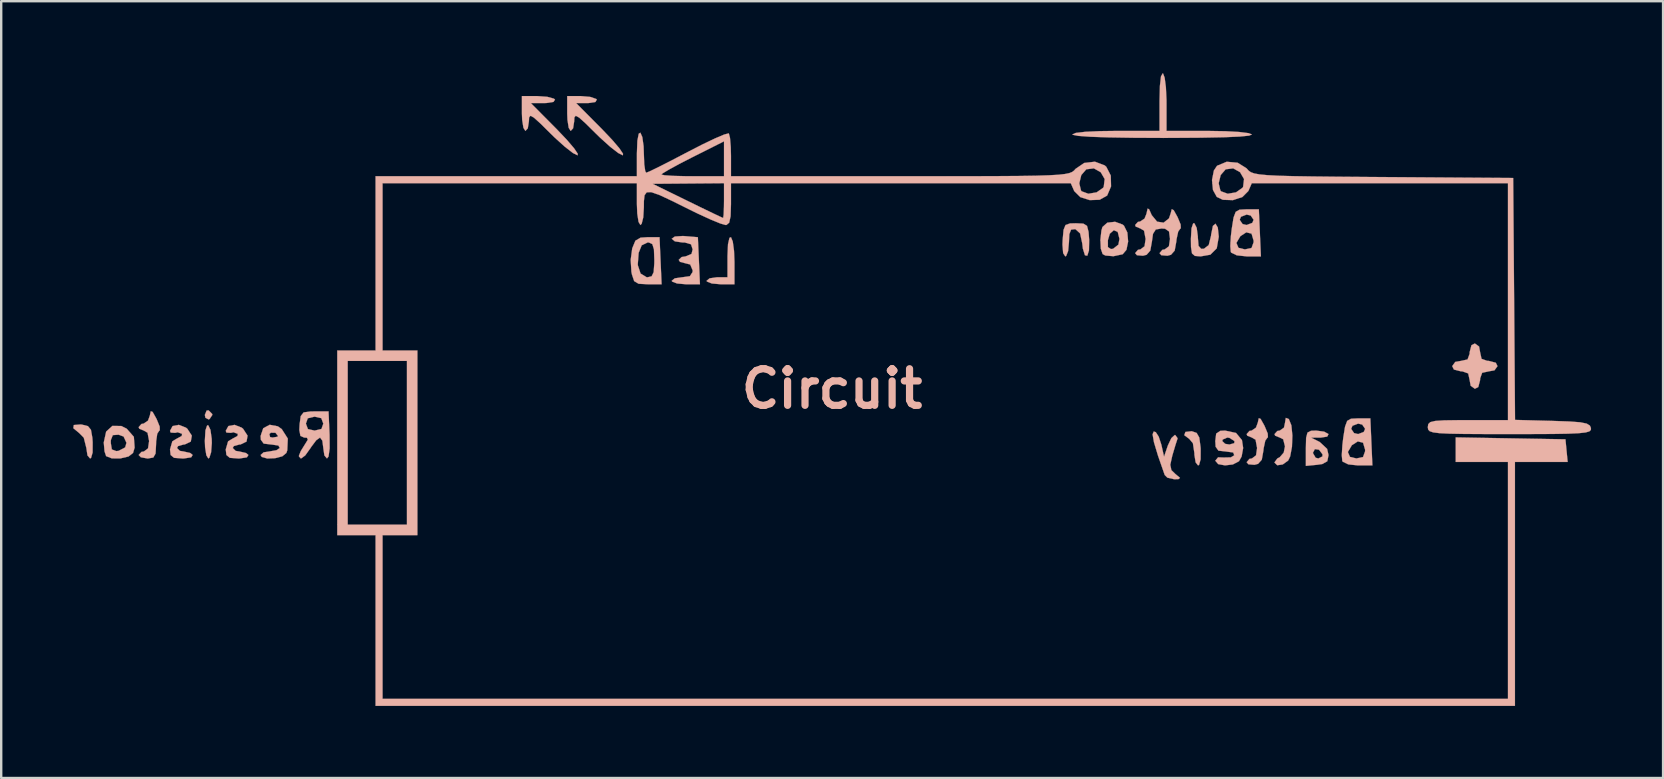
<source format=kicad_pcb>
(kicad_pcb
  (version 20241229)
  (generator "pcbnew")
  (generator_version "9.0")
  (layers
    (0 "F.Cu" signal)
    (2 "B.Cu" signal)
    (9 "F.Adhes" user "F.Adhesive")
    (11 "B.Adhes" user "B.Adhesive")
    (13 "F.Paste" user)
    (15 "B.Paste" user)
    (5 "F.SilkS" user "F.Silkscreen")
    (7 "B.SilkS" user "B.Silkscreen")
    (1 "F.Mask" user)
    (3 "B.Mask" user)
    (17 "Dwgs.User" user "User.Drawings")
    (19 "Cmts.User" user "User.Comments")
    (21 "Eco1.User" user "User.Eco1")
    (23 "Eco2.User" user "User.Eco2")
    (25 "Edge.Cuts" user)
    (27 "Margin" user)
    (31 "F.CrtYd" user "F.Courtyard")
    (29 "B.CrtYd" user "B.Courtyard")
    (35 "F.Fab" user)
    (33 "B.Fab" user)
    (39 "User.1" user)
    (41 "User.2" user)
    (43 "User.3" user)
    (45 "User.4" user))
  (footprint "Circuit"
    (layer "F.Cu")
    (at 31.609 13.145)
    (property "Reference" "Circuit" (at 0 0 0) (layer "B.SilkS") (effects (font (size 1.524 1.524) (thickness 0.3))))
    (attr through_hole)
    (fp_poly (pts (xy -25.82 1.049) (xy -25.814 1.089) (xy -25.927 1.259) (xy -25.97 1.278) (xy -26.102 1.208) (xy -26.126 1.089) (xy -26.052 0.908) (xy -25.97 0.899) (xy -25.82 1.049)) (stroke (width 0.01) (type solid)) (fill yes) (layer "B.SilkS"))
    (fp_poly (pts (xy -25.892 1.712) (xy -25.841 2.08) (xy -25.835 2.258) (xy -25.865 2.645) (xy -25.938 2.875) (xy -25.981 2.903) (xy -26.063 2.772) (xy -26.116 2.438) (xy -26.126 2.169) (xy -26.101 1.731) (xy -26.031 1.527) (xy -25.981 1.524) (xy -25.892 1.712)) (stroke (width 0.01) (type solid)) (fill yes) (layer "B.SilkS"))
    (fp_poly (pts (xy 15.19 1.839) (xy 15.299 2.031) (xy 15.351 2.422) (xy 15.357 2.504) (xy 15.355 2.939) (xy 15.29 3.171) (xy 15.248 3.193) (xy 15.147 3.065) (xy 15.096 2.751) (xy 15.095 2.681) (xy 15.033 2.269) (xy 14.877 2.084) (xy 14.674 1.933) (xy 14.721 1.798) (xy 14.986 1.768) (xy 15.19 1.839)) (stroke (width 0.01) (type solid)) (fill yes) (layer "B.SilkS"))
    (fp_poly (pts (xy -31.242 1.494) (xy -30.996 1.556) (xy -30.87 1.709) (xy -30.812 2.039) (xy -30.799 2.225) (xy -30.801 2.655) (xy -30.867 2.882) (xy -30.907 2.903) (xy -31.015 2.777) (xy -31.061 2.473) (xy -31.061 2.469) (xy -31.169 2.039) (xy -31.351 1.853) (xy -31.604 1.641) (xy -31.585 1.51) (xy -31.301 1.487) (xy -31.242 1.494)) (stroke (width 0.01) (type solid)) (fill yes) (layer "B.SilkS"))
    (fp_poly (pts (xy -4.134 -6.132) (xy -4.082 -5.748) (xy -4.064 -5.289) (xy -4.064 -4.354) (xy -4.645 -4.354) (xy -5.008 -4.386) (xy -5.21 -4.467) (xy -5.225 -4.499) (xy -5.099 -4.601) (xy -4.795 -4.645) (xy -4.79 -4.645) (xy -4.354 -4.645) (xy -4.354 -5.524) (xy -4.333 -6.024) (xy -4.272 -6.287) (xy -4.209 -6.314) (xy -4.134 -6.132)) (stroke (width 0.01) (type solid)) (fill yes) (layer "B.SilkS"))
    (fp_poly (pts (xy 15.192 -6.702) (xy 15.239 -6.348) (xy 15.24 -6.295) (xy 15.269 -5.951) (xy 15.381 -5.828) (xy 15.494 -5.833) (xy 15.692 -5.986) (xy 15.789 -6.376) (xy 15.793 -6.427) (xy 15.867 -6.785) (xy 15.974 -6.877) (xy 16.071 -6.716) (xy 16.111 -6.334) (xy 16.027 -5.851) (xy 15.761 -5.586) (xy 15.356 -5.515) (xy 15.116 -5.534) (xy 14.996 -5.637) (xy 14.954 -5.901) (xy 14.95 -6.25) (xy 14.975 -6.687) (xy 15.045 -6.891) (xy 15.095 -6.894) (xy 15.192 -6.702)) (stroke (width 0.01) (type solid)) (fill yes) (layer "B.SilkS"))
    (fp_poly (pts (xy 19.025 1.26) (xy 19.032 1.267) (xy 19.136 1.524) (xy 19.177 1.946) (xy 19.16 2.416) (xy 19.085 2.817) (xy 19.001 2.991) (xy 18.776 3.152) (xy 18.547 3.186) (xy 18.434 3.077) (xy 18.433 3.064) (xy 18.549 2.905) (xy 18.651 2.85) (xy 18.817 2.657) (xy 18.869 2.399) (xy 18.794 2.104) (xy 18.651 2.032) (xy 18.458 1.954) (xy 18.433 1.887) (xy 18.551 1.758) (xy 18.651 1.742) (xy 18.827 1.618) (xy 18.869 1.422) (xy 18.903 1.212) (xy 19.025 1.26)) (stroke (width 0.01) (type solid)) (fill yes) (layer "B.SilkS"))
    (fp_poly (pts (xy 10.467 -6.88) (xy 10.622 -6.786) (xy 10.687 -6.536) (xy 10.712 -6.205) (xy 10.704 -5.764) (xy 10.634 -5.543) (xy 10.537 -5.561) (xy 10.45 -5.836) (xy 10.423 -6.059) (xy 10.334 -6.472) (xy 10.144 -6.645) (xy 10.124 -6.65) (xy 9.959 -6.629) (xy 9.885 -6.441) (xy 9.87 -6.107) (xy 9.836 -5.739) (xy 9.753 -5.532) (xy 9.717 -5.515) (xy 9.628 -5.649) (xy 9.6 -6.009) (xy 9.608 -6.205) (xy 9.645 -6.62) (xy 9.727 -6.822) (xy 9.915 -6.888) (xy 10.16 -6.894) (xy 10.467 -6.88)) (stroke (width 0.01) (type solid)) (fill yes) (layer "B.SilkS"))
    (fp_poly (pts (xy 13.487 1.807) (xy 13.609 1.995) (xy 13.721 2.336) (xy 13.726 2.36) (xy 13.831 2.83) (xy 13.991 2.361) (xy 14.136 2.055) (xy 14.28 1.924) (xy 14.297 1.925) (xy 14.395 2.059) (xy 14.384 2.105) (xy 14.31 2.33) (xy 14.199 2.704) (xy 14.173 2.793) (xy 14.091 3.167) (xy 14.137 3.388) (xy 14.303 3.55) (xy 14.495 3.71) (xy 14.439 3.762) (xy 14.256 3.769) (xy 13.97 3.703) (xy 13.859 3.592) (xy 13.579 2.787) (xy 13.411 2.228) (xy 13.354 1.899) (xy 13.401 1.78) (xy 13.487 1.807)) (stroke (width 0.01) (type solid)) (fill yes) (layer "B.SilkS"))
    (fp_poly (pts (xy -29.605 1.551) (xy -29.382 1.662) (xy -29.083 2.001) (xy -29.051 2.452) (xy -29.117 2.673) (xy -29.304 2.82) (xy -29.644 2.901) (xy -30.002 2.899) (xy -30.238 2.806) (xy -30.305 2.607) (xy -30.335 2.255) (xy -30.335 2.25) (xy -30.045 2.25) (xy -30 2.527) (xy -29.817 2.596) (xy -29.718 2.586) (xy -29.445 2.442) (xy -29.391 2.25) (xy -29.51 1.99) (xy -29.718 1.913) (xy -29.96 1.931) (xy -30.041 2.134) (xy -30.045 2.25) (xy -30.335 2.25) (xy -30.335 2.231) (xy -30.237 1.783) (xy -29.977 1.546) (xy -29.605 1.551)) (stroke (width 0.01) (type solid)) (fill yes) (layer "B.SilkS"))
    (fp_poly (pts (xy 12.108 -6.84) (xy 12.163 -6.793) (xy 12.303 -6.509) (xy 12.335 -6.133) (xy 12.265 -5.789) (xy 12.108 -5.604) (xy 11.724 -5.522) (xy 11.386 -5.551) (xy 11.273 -5.612) (xy 11.197 -5.836) (xy 11.181 -6.192) (xy 11.492 -6.192) (xy 11.493 -5.901) (xy 11.618 -5.821) (xy 11.709 -5.831) (xy 11.929 -6.004) (xy 11.974 -6.243) (xy 11.901 -6.535) (xy 11.739 -6.605) (xy 11.572 -6.46) (xy 11.492 -6.192) (xy 11.181 -6.192) (xy 11.18 -6.207) (xy 11.222 -6.589) (xy 11.264 -6.737) (xy 11.467 -6.919) (xy 11.792 -6.956) (xy 12.108 -6.84)) (stroke (width 0.01) (type solid)) (fill yes) (layer "B.SilkS"))
    (fp_poly (pts (xy 17.853 1.253) (xy 18.003 1.518) (xy 18.024 1.56) (xy 18.15 1.864) (xy 18.159 2.024) (xy 18.14 2.032) (xy 18.049 2.16) (xy 17.98 2.479) (xy 17.97 2.576) (xy 17.903 2.954) (xy 17.749 3.127) (xy 17.599 3.167) (xy 17.346 3.146) (xy 17.272 3.058) (xy 17.389 2.92) (xy 17.49 2.903) (xy 17.663 2.773) (xy 17.707 2.467) (xy 17.643 2.122) (xy 17.49 2.032) (xy 17.297 1.954) (xy 17.272 1.887) (xy 17.389 1.756) (xy 17.48 1.742) (xy 17.66 1.618) (xy 17.735 1.415) (xy 17.778 1.226) (xy 17.853 1.253)) (stroke (width 0.01) (type solid)) (fill yes) (layer "B.SilkS"))
    (fp_poly (pts (xy 20.501 1.786) (xy 20.683 1.887) (xy 20.629 1.992) (xy 20.365 2.034) (xy 19.957 2.036) (xy 20.32 2.22) (xy 20.624 2.504) (xy 20.683 2.762) (xy 20.632 3.019) (xy 20.424 3.135) (xy 20.211 3.166) (xy 19.739 3.212) (xy 19.739 2.673) (xy 20.03 2.673) (xy 20.147 2.873) (xy 20.26 2.903) (xy 20.429 2.818) (xy 20.432 2.731) (xy 20.287 2.539) (xy 20.113 2.514) (xy 20.03 2.673) (xy 19.739 2.673) (xy 19.739 2.477) (xy 19.749 2.044) (xy 19.806 1.826) (xy 19.954 1.75) (xy 20.166 1.742) (xy 20.501 1.786)) (stroke (width 0.01) (type solid)) (fill yes) (layer "B.SilkS"))
    (fp_poly (pts (xy -28.302 0.963) (xy -28.153 1.228) (xy -28.131 1.27) (xy -28.007 1.574) (xy -28.004 1.734) (xy -28.024 1.742) (xy -28.108 1.871) (xy -28.154 2.192) (xy -28.158 2.322) (xy -28.178 2.696) (xy -28.271 2.863) (xy -28.489 2.903) (xy -28.521 2.903) (xy -28.793 2.853) (xy -28.883 2.758) (xy -28.766 2.629) (xy -28.666 2.613) (xy -28.493 2.483) (xy -28.448 2.177) (xy -28.513 1.831) (xy -28.666 1.742) (xy -28.859 1.663) (xy -28.883 1.597) (xy -28.767 1.466) (xy -28.676 1.451) (xy -28.495 1.328) (xy -28.42 1.125) (xy -28.377 0.936) (xy -28.302 0.963)) (stroke (width 0.01) (type solid)) (fill yes) (layer "B.SilkS"))
    (fp_poly (pts (xy -26.913 1.619) (xy -26.856 1.665) (xy -26.668 1.953) (xy -26.711 2.199) (xy -26.963 2.32) (xy -27.012 2.322) (xy -27.239 2.386) (xy -27.287 2.467) (xy -27.166 2.587) (xy -27.005 2.613) (xy -26.727 2.679) (xy -26.634 2.758) (xy -26.695 2.856) (xy -26.991 2.902) (xy -27.061 2.903) (xy -27.407 2.877) (xy -27.551 2.76) (xy -27.577 2.526) (xy -27.48 2.189) (xy -27.288 2.074) (xy -27.089 1.966) (xy -27.075 1.877) (xy -27.255 1.812) (xy -27.364 1.836) (xy -27.548 1.825) (xy -27.577 1.753) (xy -27.468 1.552) (xy -27.21 1.503) (xy -26.913 1.619)) (stroke (width 0.01) (type solid)) (fill yes) (layer "B.SilkS"))
    (fp_poly (pts (xy -24.591 1.619) (xy -24.534 1.665) (xy -24.346 1.953) (xy -24.389 2.199) (xy -24.64 2.32) (xy -24.69 2.322) (xy -24.917 2.386) (xy -24.965 2.467) (xy -24.843 2.587) (xy -24.683 2.613) (xy -24.405 2.679) (xy -24.311 2.758) (xy -24.373 2.856) (xy -24.668 2.902) (xy -24.738 2.903) (xy -25.085 2.877) (xy -25.228 2.76) (xy -25.255 2.526) (xy -25.157 2.189) (xy -24.966 2.074) (xy -24.766 1.966) (xy -24.753 1.877) (xy -24.933 1.812) (xy -25.042 1.836) (xy -25.225 1.825) (xy -25.255 1.753) (xy -25.145 1.552) (xy -24.888 1.503) (xy -24.591 1.619)) (stroke (width 0.01) (type solid)) (fill yes) (layer "B.SilkS"))
    (fp_poly (pts (xy -11.863 -12.162) (xy -11.587 -12.086) (xy -11.539 -12.047) (xy -11.602 -11.95) (xy -11.903 -11.903) (xy -11.998 -11.902) (xy -12.548 -11.902) (xy -11.466 -10.813) (xy -11.047 -10.372) (xy -10.744 -10.017) (xy -10.591 -9.788) (xy -10.601 -9.725) (xy -10.795 -9.822) (xy -11.129 -10.082) (xy -11.544 -10.456) (xy -11.722 -10.63) (xy -12.152 -11.056) (xy -12.419 -11.296) (xy -12.561 -11.372) (xy -12.618 -11.307) (xy -12.627 -11.138) (xy -12.673 -10.849) (xy -12.773 -10.741) (xy -12.855 -10.871) (xy -12.908 -11.205) (xy -12.918 -11.466) (xy -12.918 -12.192) (xy -12.273 -12.192) (xy -11.863 -12.162)) (stroke (width 0.01) (type solid)) (fill yes) (layer "B.SilkS"))
    (fp_poly (pts (xy -10.072 -12.158) (xy -9.825 -12.074) (xy -9.797 -12.047) (xy -9.856 -11.946) (xy -10.145 -11.902) (xy -10.184 -11.902) (xy -10.661 -11.902) (xy -9.579 -10.813) (xy -9.16 -10.372) (xy -8.857 -10.017) (xy -8.705 -9.788) (xy -8.714 -9.725) (xy -8.908 -9.822) (xy -9.242 -10.082) (xy -9.657 -10.456) (xy -9.835 -10.63) (xy -10.266 -11.056) (xy -10.533 -11.296) (xy -10.675 -11.372) (xy -10.731 -11.307) (xy -10.741 -11.138) (xy -10.786 -10.849) (xy -10.886 -10.741) (xy -10.969 -10.871) (xy -11.021 -11.205) (xy -11.031 -11.466) (xy -11.031 -12.192) (xy -10.459 -12.192) (xy -10.072 -12.158)) (stroke (width 0.01) (type solid)) (fill yes) (layer "B.SilkS"))
    (fp_poly (pts (xy 26.954 -1.761) (xy 26.997 -1.524) (xy 27.057 -1.248) (xy 27.293 -1.163) (xy 27.359 -1.161) (xy 27.651 -1.085) (xy 27.722 -0.943) (xy 27.596 -0.768) (xy 27.359 -0.726) (xy 27.083 -0.666) (xy 26.998 -0.43) (xy 26.997 -0.363) (xy 26.921 -0.071) (xy 26.779 0) (xy 26.604 -0.126) (xy 26.561 -0.363) (xy 26.501 -0.639) (xy 26.265 -0.724) (xy 26.198 -0.726) (xy 25.906 -0.801) (xy 25.835 -0.943) (xy 25.962 -1.119) (xy 26.198 -1.161) (xy 26.474 -1.221) (xy 26.56 -1.457) (xy 26.561 -1.524) (xy 26.637 -1.816) (xy 26.779 -1.887) (xy 26.954 -1.761)) (stroke (width 0.01) (type solid)) (fill yes) (layer "B.SilkS"))
    (fp_poly (pts (xy -6.132 -6.359) (xy -5.588 -6.314) (xy -5.545 -5.334) (xy -5.502 -4.354) (xy -6.089 -4.354) (xy -6.455 -4.386) (xy -6.661 -4.466) (xy -6.677 -4.499) (xy -6.55 -4.601) (xy -6.247 -4.645) (xy -6.241 -4.645) (xy -5.922 -4.69) (xy -5.81 -4.86) (xy -5.806 -4.935) (xy -5.908 -5.177) (xy -6.096 -5.225) (xy -6.332 -5.286) (xy -6.386 -5.37) (xy -6.265 -5.488) (xy -6.096 -5.515) (xy -5.853 -5.618) (xy -5.806 -5.806) (xy -5.874 -6.018) (xy -6.129 -6.093) (xy -6.241 -6.096) (xy -6.547 -6.141) (xy -6.677 -6.248) (xy -6.677 -6.25) (xy -6.547 -6.342) (xy -6.214 -6.364) (xy -6.132 -6.359)) (stroke (width 0.01) (type solid)) (fill yes) (layer "B.SilkS"))
    (fp_poly (pts (xy -7.142 -5.334) (xy -7.099 -4.354) (xy -7.679 -4.354) (xy -8.056 -4.374) (xy -8.242 -4.485) (xy -8.335 -4.761) (xy -8.357 -4.872) (xy -8.374 -5.159) (xy -8.093 -5.159) (xy -7.975 -4.801) (xy -7.723 -4.647) (xy -7.683 -4.645) (xy -7.514 -4.686) (xy -7.43 -4.857) (xy -7.403 -5.227) (xy -7.402 -5.37) (xy -7.418 -5.807) (xy -7.485 -6.025) (xy -7.628 -6.094) (xy -7.681 -6.096) (xy -7.928 -5.976) (xy -8.055 -5.664) (xy -8.093 -5.159) (xy -8.374 -5.159) (xy -8.387 -5.371) (xy -8.323 -5.848) (xy -8.322 -5.852) (xy -8.191 -6.169) (xy -7.975 -6.295) (xy -7.687 -6.314) (xy -7.185 -6.314) (xy -7.142 -5.334)) (stroke (width 0.01) (type solid)) (fill yes) (layer "B.SilkS"))
    (fp_poly (pts (xy -23.085 1.564) (xy -22.922 1.679) (xy -22.67 2.074) (xy -22.692 2.562) (xy -22.73 2.673) (xy -22.899 2.813) (xy -23.202 2.892) (xy -23.526 2.904) (xy -23.757 2.839) (xy -23.803 2.758) (xy -23.679 2.648) (xy -23.449 2.613) (xy -23.142 2.559) (xy -23.005 2.467) (xy -23.062 2.365) (xy -23.344 2.322) (xy -23.359 2.322) (xy -23.675 2.284) (xy -23.792 2.125) (xy -23.803 1.969) (xy -23.775 1.884) (xy -23.439 1.884) (xy -23.408 2.011) (xy -23.304 2.032) (xy -23.105 1.998) (xy -23.078 1.968) (xy -23.184 1.833) (xy -23.375 1.829) (xy -23.439 1.884) (xy -23.775 1.884) (xy -23.694 1.644) (xy -23.425 1.5) (xy -23.085 1.564)) (stroke (width 0.01) (type solid)) (fill yes) (layer "B.SilkS"))
    (fp_poly (pts (xy 13.789 -13.135) (xy 13.857 -12.957) (xy 13.908 -12.566) (xy 13.933 -12.036) (xy 13.934 -11.893) (xy 13.934 -10.741) (xy 15.667 -10.741) (xy 16.389 -10.729) (xy 16.968 -10.697) (xy 17.353 -10.648) (xy 17.49 -10.595) (xy 17.379 -10.546) (xy 16.983 -10.506) (xy 16.306 -10.477) (xy 15.352 -10.459) (xy 14.126 -10.451) (xy 13.797 -10.45) (xy 12.54 -10.456) (xy 11.523 -10.472) (xy 10.757 -10.498) (xy 10.255 -10.535) (xy 10.028 -10.58) (xy 10.015 -10.595) (xy 10.155 -10.658) (xy 10.553 -10.705) (xy 11.178 -10.733) (xy 11.829 -10.741) (xy 13.643 -10.741) (xy 13.643 -11.983) (xy 13.659 -12.622) (xy 13.704 -13.014) (xy 13.776 -13.14) (xy 13.789 -13.135)) (stroke (width 0.01) (type solid)) (fill yes) (layer "B.SilkS"))
    (fp_poly (pts (xy 16.83 1.84) (xy 17.077 2.139) (xy 17.127 2.467) (xy 17.063 2.821) (xy 16.953 3.019) (xy 16.698 3.152) (xy 16.371 3.191) (xy 16.088 3.139) (xy 15.966 2.998) (xy 15.966 2.996) (xy 16.082 2.856) (xy 16.312 2.864) (xy 16.614 2.857) (xy 16.756 2.771) (xy 16.712 2.654) (xy 16.41 2.613) (xy 16.097 2.578) (xy 15.98 2.415) (xy 15.966 2.177) (xy 16.256 2.177) (xy 16.378 2.294) (xy 16.555 2.322) (xy 16.756 2.266) (xy 16.764 2.177) (xy 16.554 2.044) (xy 16.465 2.032) (xy 16.278 2.113) (xy 16.256 2.177) (xy 15.966 2.177) (xy 16.003 1.868) (xy 16.17 1.754) (xy 16.372 1.742) (xy 16.83 1.84)) (stroke (width 0.01) (type solid)) (fill yes) (layer "B.SilkS"))
    (fp_poly (pts (xy 22.51 3.193) (xy 21.919 3.193) (xy 21.506 3.15) (xy 21.273 3.036) (xy 21.256 3.007) (xy 21.235 2.767) (xy 21.243 2.634) (xy 21.488 2.634) (xy 21.577 2.838) (xy 21.844 2.903) (xy 22.12 2.843) (xy 22.205 2.607) (xy 22.207 2.54) (xy 22.121 2.247) (xy 21.903 2.192) (xy 21.655 2.351) (xy 21.488 2.634) (xy 21.243 2.634) (xy 21.26 2.35) (xy 21.298 2.027) (xy 21.356 1.669) (xy 21.626 1.669) (xy 21.747 1.846) (xy 21.917 1.887) (xy 22.153 1.796) (xy 22.207 1.669) (xy 22.086 1.492) (xy 21.917 1.451) (xy 21.68 1.542) (xy 21.626 1.669) (xy 21.356 1.669) (xy 21.372 1.574) (xy 21.46 1.338) (xy 21.619 1.248) (xy 21.904 1.234) (xy 21.919 1.234) (xy 22.425 1.234) (xy 22.51 3.193)) (stroke (width 0.01) (type solid)) (fill yes) (layer "B.SilkS"))
    (fp_poly (pts (xy 17.823 -6.495) (xy 17.866 -5.515) (xy 17.274 -5.515) (xy 16.861 -5.559) (xy 16.628 -5.672) (xy 16.611 -5.701) (xy 16.591 -5.942) (xy 16.598 -6.075) (xy 16.844 -6.075) (xy 16.933 -5.871) (xy 17.199 -5.806) (xy 17.476 -5.866) (xy 17.561 -6.102) (xy 17.562 -6.169) (xy 17.476 -6.462) (xy 17.258 -6.517) (xy 17.011 -6.357) (xy 16.844 -6.075) (xy 16.598 -6.075) (xy 16.615 -6.359) (xy 16.654 -6.681) (xy 16.712 -7.039) (xy 16.982 -7.039) (xy 17.103 -6.862) (xy 17.272 -6.822) (xy 17.508 -6.912) (xy 17.562 -7.039) (xy 17.441 -7.217) (xy 17.272 -7.257) (xy 17.036 -7.166) (xy 16.982 -7.039) (xy 16.712 -7.039) (xy 16.727 -7.134) (xy 16.816 -7.37) (xy 16.975 -7.46) (xy 17.259 -7.475) (xy 17.274 -7.475) (xy 17.78 -7.475) (xy 17.823 -6.495)) (stroke (width 0.01) (type solid)) (fill yes) (layer "B.SilkS"))
    (fp_poly (pts (xy -20.93 1.923) (xy -20.927 2.485) (xy -20.973 2.82) (xy -21.039 2.903) (xy -21.146 2.777) (xy -21.191 2.473) (xy -21.191 2.467) (xy -21.231 2.162) (xy -21.326 2.032) (xy -21.328 2.032) (xy -21.486 2.145) (xy -21.694 2.422) (xy -21.722 2.467) (xy -21.946 2.779) (xy -22.123 2.907) (xy -22.205 2.821) (xy -22.207 2.79) (xy -22.131 2.598) (xy -21.981 2.355) (xy -21.836 2.122) (xy -21.872 2.04) (xy -21.99 2.032) (xy -22.144 1.965) (xy -22.191 1.718) (xy -22.179 1.488) (xy -22.174 1.451) (xy -21.917 1.451) (xy -21.832 1.679) (xy -21.554 1.742) (xy -21.269 1.674) (xy -21.191 1.451) (xy -21.276 1.224) (xy -21.554 1.161) (xy -21.838 1.229) (xy -21.917 1.451) (xy -22.174 1.451) (xy -22.133 1.139) (xy -22.011 0.984) (xy -21.722 0.945) (xy -21.554 0.943) (xy -20.973 0.943) (xy -20.93 1.923)) (stroke (width 0.01) (type solid)) (fill yes) (layer "B.SilkS"))
    (fp_poly (pts (xy 13.21 -7.476) (xy 13.319 -7.232) (xy 13.541 -6.962) (xy 13.813 -6.92) (xy 14.037 -7.098) (xy 14.108 -7.308) (xy 14.153 -7.482) (xy 14.234 -7.439) (xy 14.393 -7.154) (xy 14.396 -7.148) (xy 14.522 -6.845) (xy 14.53 -6.684) (xy 14.512 -6.677) (xy 14.421 -6.548) (xy 14.352 -6.23) (xy 14.342 -6.132) (xy 14.274 -5.755) (xy 14.121 -5.582) (xy 13.97 -5.542) (xy 13.717 -5.563) (xy 13.643 -5.65) (xy 13.761 -5.788) (xy 13.861 -5.806) (xy 14.034 -5.936) (xy 14.079 -6.241) (xy 14.039 -6.553) (xy 13.873 -6.667) (xy 13.725 -6.677) (xy 13.486 -6.635) (xy 13.371 -6.454) (xy 13.326 -6.132) (xy 13.258 -5.755) (xy 13.105 -5.582) (xy 12.954 -5.542) (xy 12.701 -5.563) (xy 12.627 -5.65) (xy 12.745 -5.788) (xy 12.845 -5.806) (xy 13.018 -5.936) (xy 13.063 -6.241) (xy 12.998 -6.587) (xy 12.845 -6.677) (xy 12.652 -6.755) (xy 12.627 -6.822) (xy 12.744 -6.952) (xy 12.835 -6.967) (xy 13.019 -7.09) (xy 13.099 -7.293) (xy 13.147 -7.506) (xy 13.21 -7.476)) (stroke (width 0.01) (type solid)) (fill yes) (layer "B.SilkS"))
    (fp_poly (pts (xy 16.897 -9.416) (xy 17.269 -9.183) (xy 17.285 -9.164) (xy 17.356 -9.085) (xy 17.449 -9.02) (xy 17.591 -8.969) (xy 17.812 -8.929) (xy 18.139 -8.898) (xy 18.603 -8.874) (xy 19.231 -8.857) (xy 20.053 -8.844) (xy 21.096 -8.833) (xy 22.39 -8.823) (xy 22.954 -8.819) (xy 28.375 -8.781) (xy 28.414 -3.742) (xy 28.452 1.297) (xy 30.008 1.338) (xy 30.708 1.362) (xy 31.167 1.396) (xy 31.438 1.451) (xy 31.571 1.534) (xy 31.614 1.633) (xy 31.612 1.713) (xy 31.548 1.775) (xy 31.389 1.82) (xy 31.101 1.851) (xy 30.651 1.871) (xy 30.005 1.882) (xy 29.129 1.886) (xy 28.241 1.887) (xy 27.159 1.886) (xy 26.333 1.881) (xy 25.729 1.87) (xy 25.311 1.85) (xy 25.046 1.817) (xy 24.898 1.768) (xy 24.835 1.702) (xy 24.82 1.614) (xy 24.819 1.597) (xy 24.837 1.472) (xy 24.923 1.389) (xy 25.126 1.34) (xy 25.496 1.315) (xy 26.08 1.307) (xy 26.489 1.306) (xy 28.158 1.306) (xy 28.158 -8.563) (xy 17.486 -8.563) (xy 17.343 -8.237) (xy 17.095 -7.988) (xy 16.699 -7.858) (xy 16.282 -7.872) (xy 16.029 -7.991) (xy 15.869 -8.282) (xy 15.842 -8.558) (xy 16.106 -8.558) (xy 16.178 -8.26) (xy 16.208 -8.225) (xy 16.484 -8.124) (xy 16.83 -8.183) (xy 17.098 -8.372) (xy 17.125 -8.415) (xy 17.163 -8.737) (xy 16.998 -9.021) (xy 16.713 -9.182) (xy 16.398 -9.142) (xy 16.19 -8.902) (xy 16.106 -8.558) (xy 15.842 -8.558) (xy 15.829 -8.696) (xy 15.907 -9.092) (xy 16.039 -9.29) (xy 16.442 -9.457) (xy 16.897 -9.416)) (stroke (width 0.01) (type solid)) (fill yes) (layer "B.SilkS"))
    (fp_poly (pts (xy -7.902 -10.484) (xy -7.849 -10.106) (xy -7.838 -9.789) (xy -7.822 -9.354) (xy -7.78 -9.067) (xy -7.741 -8.999) (xy -7.583 -9.063) (xy -7.221 -9.239) (xy -6.707 -9.5) (xy -6.093 -9.821) (xy -6.015 -9.862) (xy -5.395 -10.18) (xy -4.869 -10.431) (xy -4.489 -10.592) (xy -4.305 -10.639) (xy -4.298 -10.636) (xy -4.25 -10.453) (xy -4.218 -10.073) (xy -4.209 -9.7) (xy -4.209 -8.854) (xy 2.843 -8.854) (xy 4.455 -8.854) (xy 5.801 -8.855) (xy 6.907 -8.859) (xy 7.797 -8.865) (xy 8.496 -8.876) (xy 9.03 -8.893) (xy 9.423 -8.915) (xy 9.7 -8.946) (xy 9.885 -8.984) (xy 10.005 -9.032) (xy 10.083 -9.091) (xy 10.145 -9.161) (xy 10.146 -9.162) (xy 10.506 -9.407) (xy 10.952 -9.459) (xy 11.356 -9.307) (xy 11.425 -9.248) (xy 11.612 -8.882) (xy 11.624 -8.431) (xy 11.461 -8.049) (xy 11.151 -7.874) (xy 10.737 -7.859) (xy 10.342 -7.984) (xy 10.091 -8.234) (xy 10.089 -8.237) (xy 9.948 -8.558) (xy 10.3 -8.558) (xy 10.372 -8.26) (xy 10.402 -8.225) (xy 10.678 -8.124) (xy 11.024 -8.183) (xy 11.292 -8.372) (xy 11.319 -8.415) (xy 11.358 -8.737) (xy 11.193 -9.021) (xy 10.907 -9.182) (xy 10.592 -9.142) (xy 10.384 -8.902) (xy 10.3 -8.558) (xy 9.948 -8.558) (xy 9.946 -8.563) (xy -4.209 -8.563) (xy -4.209 -7.693) (xy -4.225 -7.189) (xy -4.284 -6.918) (xy -4.398 -6.824) (xy -4.43 -6.822) (xy -4.649 -6.884) (xy -5.057 -7.051) (xy -5.586 -7.294) (xy -5.917 -7.456) (xy -6.66 -7.825) (xy -7.181 -8.069) (xy -7.52 -8.188) (xy -7.716 -8.186) (xy -7.809 -8.063) (xy -7.836 -7.823) (xy -7.838 -7.557) (xy -7.863 -7.14) (xy -7.929 -6.874) (xy -7.983 -6.822) (xy -8.06 -6.954) (xy -8.113 -7.299) (xy -8.128 -7.693) (xy -8.128 -8.539) (xy -7.475 -8.539) (xy -6.023 -7.828) (xy -5.439 -7.543) (xy -4.961 -7.312) (xy -4.641 -7.161) (xy -4.536 -7.114) (xy -4.515 -7.244) (xy -4.502 -7.577) (xy -4.499 -7.838) (xy -4.499 -8.563) (xy -5.987 -8.551) (xy -7.475 -8.539) (xy -8.128 -8.539) (xy -8.128 -8.563) (xy -18.723 -8.563) (xy -18.723 -1.597) (xy -17.272 -1.597) (xy -17.272 6.096) (xy -18.723 6.096) (xy -18.723 12.918) (xy 28.158 12.918) (xy 28.158 3.048) (xy 25.981 3.048) (xy 25.981 2.025) (xy 28.267 2.065) (xy 30.553 2.105) (xy 30.598 2.576) (xy 30.644 3.048) (xy 28.448 3.048) (xy 28.448 13.208) (xy -19.014 13.208) (xy -19.014 6.096) (xy -20.61 6.096) (xy -20.61 -1.161) (xy -20.175 -1.161) (xy -20.175 5.661) (xy -17.707 5.661) (xy -17.707 -1.161) (xy -20.175 -1.161) (xy -20.61 -1.161) (xy -20.61 -1.597) (xy -19.014 -1.597) (xy -19.014 -8.854) (xy -8.128 -8.854) (xy -8.128 -8.925) (xy -7.112 -8.925) (xy -6.978 -8.894) (xy -6.618 -8.869) (xy -6.097 -8.856) (xy -5.806 -8.854) (xy -4.499 -8.854) (xy -4.499 -10.308) (xy -5.806 -9.652) (xy -6.354 -9.37) (xy -6.788 -9.134) (xy -7.055 -8.974) (xy -7.112 -8.925) (xy -8.128 -8.925) (xy -8.128 -9.806) (xy -8.108 -10.336) (xy -8.051 -10.626) (xy -7.983 -10.668) (xy -7.902 -10.484)) (stroke (width 0.01) (type solid)) (fill yes) (layer "B.SilkS")))
  (gr_rect
    (start -3 -3)
    (end 66.228 29.358)
    (stroke (width 0.1) (type default))
    (fill no)
    (layer "Edge.Cuts")))
</source>
